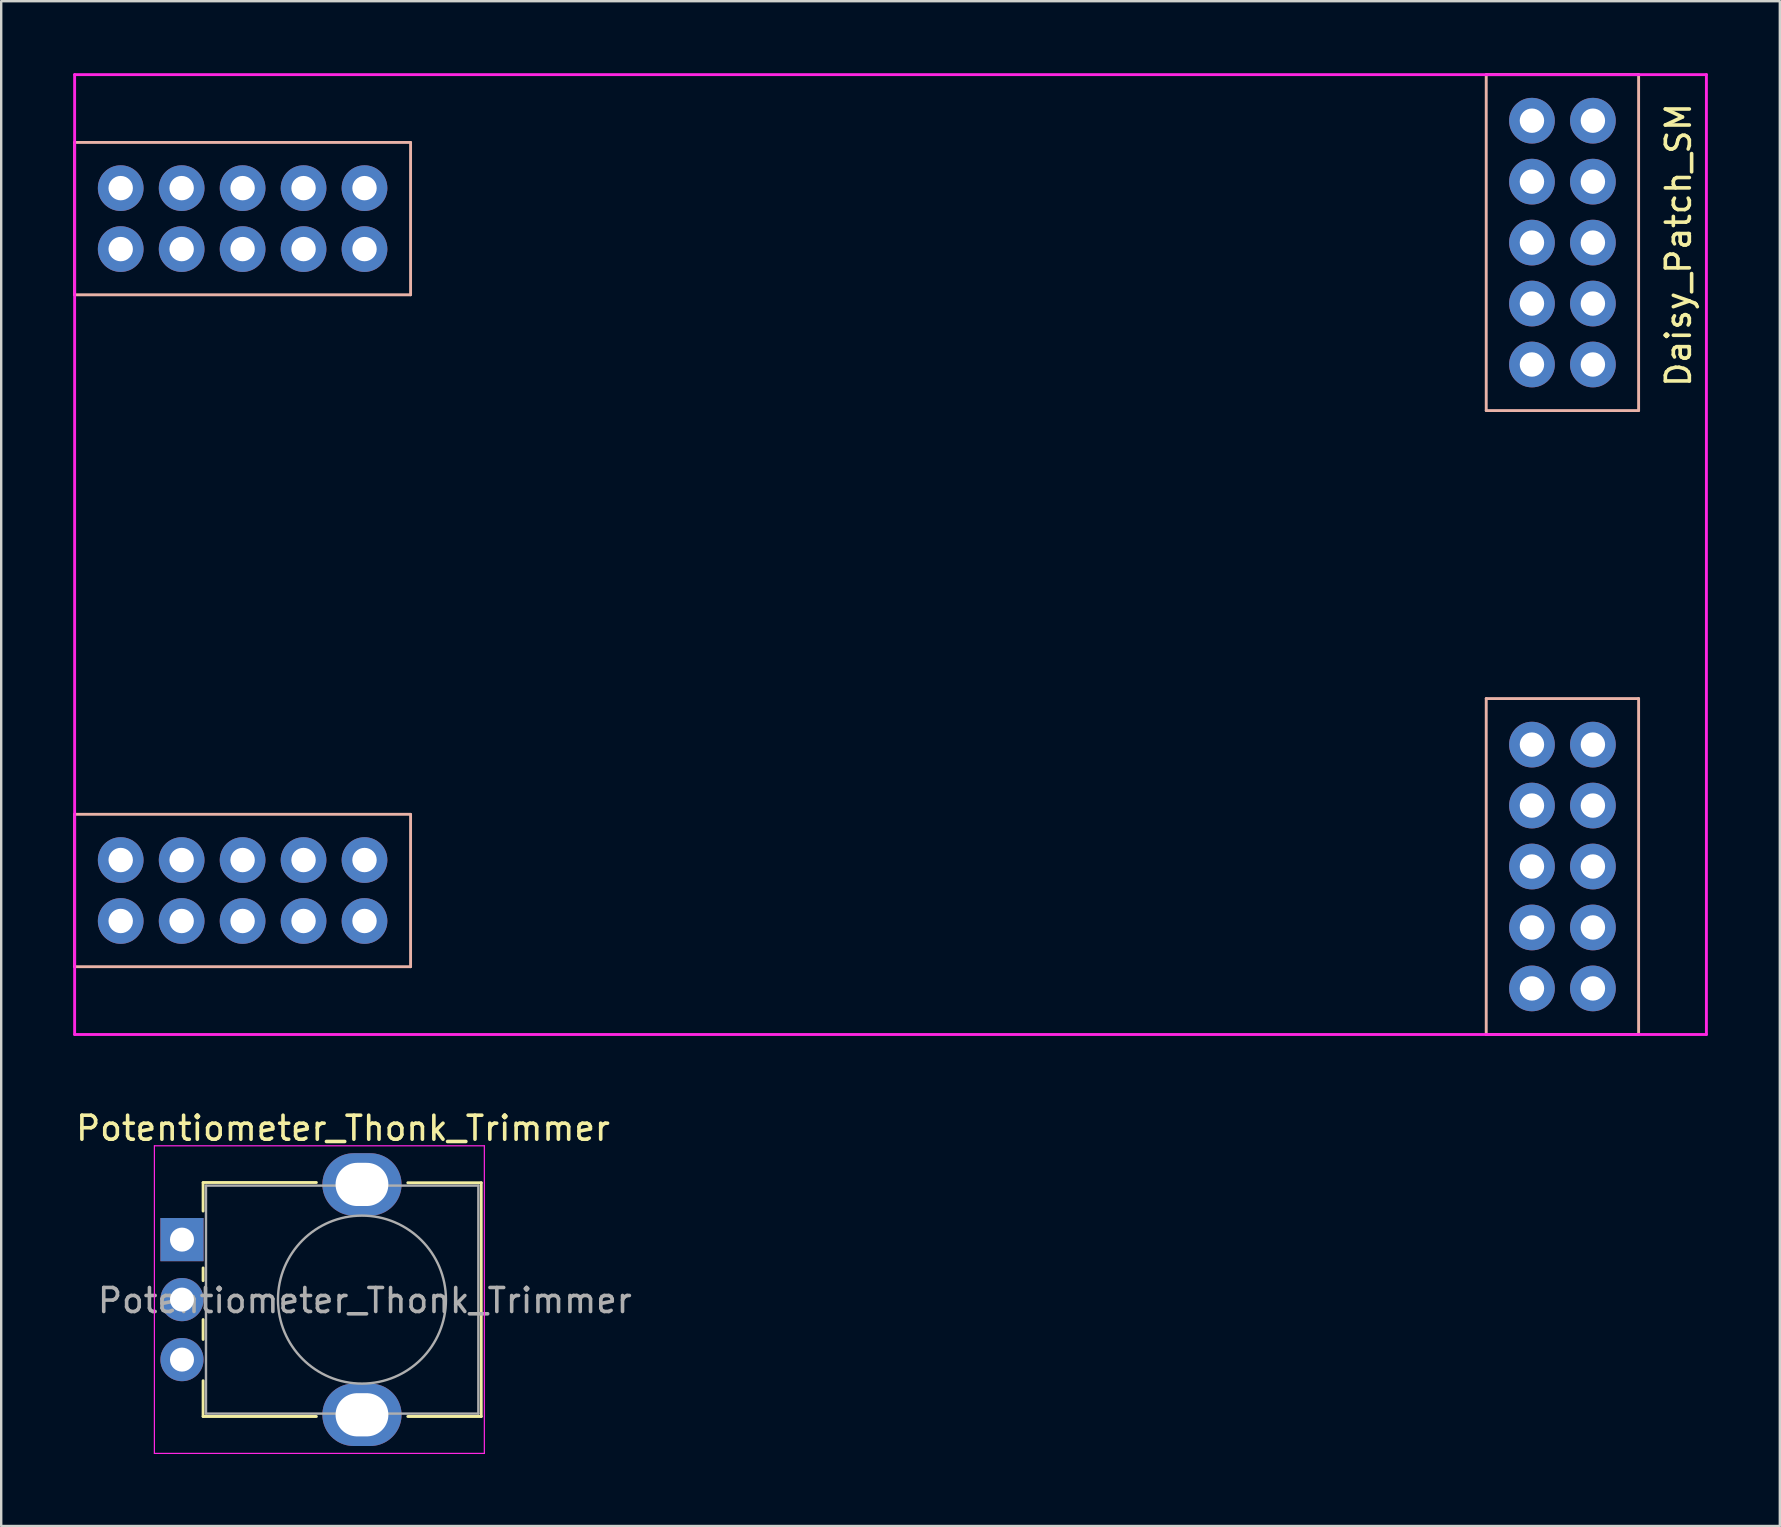
<source format=kicad_pcb>
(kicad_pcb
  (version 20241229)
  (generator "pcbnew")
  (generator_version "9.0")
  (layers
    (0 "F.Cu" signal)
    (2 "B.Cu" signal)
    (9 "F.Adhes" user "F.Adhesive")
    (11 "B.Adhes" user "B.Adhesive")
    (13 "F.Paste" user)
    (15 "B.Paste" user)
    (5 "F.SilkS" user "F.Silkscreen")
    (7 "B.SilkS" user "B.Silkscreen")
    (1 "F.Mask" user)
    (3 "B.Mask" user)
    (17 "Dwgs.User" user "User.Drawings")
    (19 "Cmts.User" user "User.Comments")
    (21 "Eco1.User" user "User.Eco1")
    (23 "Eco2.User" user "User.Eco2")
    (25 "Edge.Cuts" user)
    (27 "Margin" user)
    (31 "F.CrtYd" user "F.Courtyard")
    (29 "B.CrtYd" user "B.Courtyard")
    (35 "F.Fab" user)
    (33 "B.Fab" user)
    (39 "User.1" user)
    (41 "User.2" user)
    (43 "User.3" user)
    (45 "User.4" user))
  (footprint "Daisy_Patch_SM"
    (layer "F.Cu")
    (at 34.06 20.06)
    (property "Reference" "Daisy_Patch_SM" (at 32.834 -12.901 90) (layer "F.SilkS") (effects (font (size 1 1) (thickness 0.15))))
    (attr through_hole)
    (fp_line (start -34 -17.175) (end -34 -10.825) (stroke (width 0.12) (type solid)) (layer "B.SilkS"))
    (fp_line (start -34 -10.825) (end -20 -10.825) (stroke (width 0.12) (type solid)) (layer "B.SilkS"))
    (fp_line (start -34 10.825) (end -20 10.825) (stroke (width 0.12) (type solid)) (layer "B.SilkS"))
    (fp_line (start -34 17.175) (end -34 10.825) (stroke (width 0.12) (type solid)) (layer "B.SilkS"))
    (fp_line (start -20 -17.175) (end -34 -17.175) (stroke (width 0.12) (type solid)) (layer "B.SilkS"))
    (fp_line (start -20 -10.825) (end -20 -17.175) (stroke (width 0.12) (type solid)) (layer "B.SilkS"))
    (fp_line (start -20 10.825) (end -20 17.175) (stroke (width 0.12) (type solid)) (layer "B.SilkS"))
    (fp_line (start -20 17.175) (end -34 17.175) (stroke (width 0.12) (type solid)) (layer "B.SilkS"))
    (fp_line (start 24.825 -20) (end 31.175 -20) (stroke (width 0.12) (type solid)) (layer "B.SilkS"))
    (fp_line (start 24.825 -6) (end 24.825 -20) (stroke (width 0.12) (type solid)) (layer "B.SilkS"))
    (fp_line (start 24.825 6) (end 31.175 6) (stroke (width 0.12) (type solid)) (layer "B.SilkS"))
    (fp_line (start 24.825 20) (end 24.825 6) (stroke (width 0.12) (type solid)) (layer "B.SilkS"))
    (fp_line (start 31.175 -20) (end 31.175 -6) (stroke (width 0.12) (type solid)) (layer "B.SilkS"))
    (fp_line (start 31.175 -6) (end 24.825 -6) (stroke (width 0.12) (type solid)) (layer "B.SilkS"))
    (fp_line (start 31.175 6) (end 31.175 20) (stroke (width 0.12) (type solid)) (layer "B.SilkS"))
    (fp_line (start 31.175 20) (end 24.825 20) (stroke (width 0.12) (type solid)) (layer "B.SilkS"))
    (fp_line (start -34 -20) (end -34 20) (stroke (width 0.12) (type solid)) (layer "F.CrtYd"))
    (fp_line (start -34 20) (end 34 20) (stroke (width 0.12) (type solid)) (layer "F.CrtYd"))
    (fp_line (start 34 -20) (end -34 -20) (stroke (width 0.12) (type solid)) (layer "F.CrtYd"))
    (fp_line (start 34 20) (end 34 -20) (stroke (width 0.12) (type solid)) (layer "F.CrtYd"))
    (pad "A1" thru_hole circle (at -32.08 15.27 90) (size 1.905 1.905) (drill 1.016) (layers "*.Cu" "*.Mask"))
    (pad "A2" thru_hole circle (at -29.54 15.27) (size 1.905 1.905) (drill 1.016) (layers "*.Cu" "*.Mask"))
    (pad "A3" thru_hole circle (at -27 15.27) (size 1.905 1.905) (drill 1.016) (layers "*.Cu" "*.Mask"))
    (pad "A4" thru_hole circle (at -24.46 15.27) (size 1.905 1.905) (drill 1.016) (layers "*.Cu" "*.Mask"))
    (pad "A5" thru_hole circle (at -21.92 15.27) (size 1.905 1.905) (drill 1.016) (layers "*.Cu" "*.Mask"))
    (pad "A6" thru_hole circle (at -21.92 12.73) (size 1.905 1.905) (drill 1.016) (layers "*.Cu" "*.Mask"))
    (pad "A7" thru_hole circle (at -24.46 12.73) (size 1.905 1.905) (drill 1.016) (layers "*.Cu" "*.Mask"))
    (pad "A8" thru_hole circle (at -27 12.73) (size 1.905 1.905) (drill 1.016) (layers "*.Cu" "*.Mask"))
    (pad "A9" thru_hole circle (at -29.54 12.73) (size 1.905 1.905) (drill 1.016) (layers "*.Cu" "*.Mask"))
    (pad "A10" thru_hole circle (at -32.08 12.73 90) (size 1.905 1.905) (drill 1.016) (layers "*.Cu" "*.Mask"))
    (pad "B1" thru_hole circle (at 29.27 18.08 180) (size 1.905 1.905) (drill 1.016) (layers "*.Cu" "*.Mask"))
    (pad "B2" thru_hole circle (at 29.27 15.54 90) (size 1.905 1.905) (drill 1.016) (layers "*.Cu" "*.Mask"))
    (pad "B3" thru_hole circle (at 29.27 13 90) (size 1.905 1.905) (drill 1.016) (layers "*.Cu" "*.Mask"))
    (pad "B4" thru_hole circle (at 29.27 10.46 90) (size 1.905 1.905) (drill 1.016) (layers "*.Cu" "*.Mask"))
    (pad "B5" thru_hole circle (at 29.27 7.92 90) (size 1.905 1.905) (drill 1.016) (layers "*.Cu" "*.Mask"))
    (pad "B6" thru_hole circle (at 26.73 7.92 90) (size 1.905 1.905) (drill 1.016) (layers "*.Cu" "*.Mask"))
    (pad "B7" thru_hole circle (at 26.73 10.46 90) (size 1.905 1.905) (drill 1.016) (layers "*.Cu" "*.Mask"))
    (pad "B8" thru_hole circle (at 26.73 13 90) (size 1.905 1.905) (drill 1.016) (layers "*.Cu" "*.Mask"))
    (pad "B9" thru_hole circle (at 26.73 15.54 90) (size 1.905 1.905) (drill 1.016) (layers "*.Cu" "*.Mask"))
    (pad "B10" thru_hole circle (at 26.73 18.08 180) (size 1.905 1.905) (drill 1.016) (layers "*.Cu" "*.Mask"))
    (pad "C1" thru_hole circle (at 29.27 -7.92 180) (size 1.905 1.905) (drill 1.016) (layers "*.Cu" "*.Mask"))
    (pad "C2" thru_hole circle (at 29.27 -10.46 90) (size 1.905 1.905) (drill 1.016) (layers "*.Cu" "*.Mask"))
    (pad "C3" thru_hole circle (at 29.27 -13 90) (size 1.905 1.905) (drill 1.016) (layers "*.Cu" "*.Mask"))
    (pad "C4" thru_hole circle (at 29.27 -15.54 90) (size 1.905 1.905) (drill 1.016) (layers "*.Cu" "*.Mask"))
    (pad "C5" thru_hole circle (at 29.27 -18.08 90) (size 1.905 1.905) (drill 1.016) (layers "*.Cu" "*.Mask"))
    (pad "C6" thru_hole circle (at 26.73 -18.08 90) (size 1.905 1.905) (drill 1.016) (layers "*.Cu" "*.Mask"))
    (pad "C7" thru_hole circle (at 26.73 -15.54 90) (size 1.905 1.905) (drill 1.016) (layers "*.Cu" "*.Mask"))
    (pad "C8" thru_hole circle (at 26.73 -13 90) (size 1.905 1.905) (drill 1.016) (layers "*.Cu" "*.Mask"))
    (pad "C9" thru_hole circle (at 26.73 -10.46 90) (size 1.905 1.905) (drill 1.016) (layers "*.Cu" "*.Mask"))
    (pad "C10" thru_hole circle (at 26.73 -7.92 180) (size 1.905 1.905) (drill 1.016) (layers "*.Cu" "*.Mask"))
    (pad "D1" thru_hole circle (at -32.08 -12.73 90) (size 1.905 1.905) (drill 1.016) (layers "*.Cu" "*.Mask"))
    (pad "D2" thru_hole circle (at -29.54 -12.73) (size 1.905 1.905) (drill 1.016) (layers "*.Cu" "*.Mask"))
    (pad "D3" thru_hole circle (at -27 -12.73) (size 1.905 1.905) (drill 1.016) (layers "*.Cu" "*.Mask"))
    (pad "D4" thru_hole circle (at -24.46 -12.73) (size 1.905 1.905) (drill 1.016) (layers "*.Cu" "*.Mask"))
    (pad "D5" thru_hole circle (at -21.92 -12.73) (size 1.905 1.905) (drill 1.016) (layers "*.Cu" "*.Mask"))
    (pad "D6" thru_hole circle (at -21.92 -15.27) (size 1.905 1.905) (drill 1.016) (layers "*.Cu" "*.Mask"))
    (pad "D7" thru_hole circle (at -24.46 -15.27) (size 1.905 1.905) (drill 1.016) (layers "*.Cu" "*.Mask"))
    (pad "D8" thru_hole circle (at -27 -15.27) (size 1.905 1.905) (drill 1.016) (layers "*.Cu" "*.Mask"))
    (pad "D9" thru_hole circle (at -29.54 -15.27) (size 1.905 1.905) (drill 1.016) (layers "*.Cu" "*.Mask"))
    (pad "D10" thru_hole circle (at -32.08 -15.27 90) (size 1.905 1.905) (drill 1.016) (layers "*.Cu" "*.Mask")))
  (footprint "Potentiometer_Thonk_Trimmer"
    (layer "F.Cu")
    (at 4.534 48.608)
    (property "Reference" "Potentiometer_Thonk_Trimmer" (at 6.71 -4.64 180) (layer "F.SilkS") (effects (font (size 1 1) (thickness 0.15))))
    (attr through_hole)
    (fp_line (start 0.88 -2.38) (end 5.6 -2.38) (stroke (width 0.12) (type solid)) (layer "F.SilkS"))
    (fp_line (start 0.88 -1.19) (end 0.88 -2.37) (stroke (width 0.12) (type solid)) (layer "F.SilkS"))
    (fp_line (start 0.88 1.71) (end 0.88 1.18) (stroke (width 0.12) (type solid)) (layer "F.SilkS"))
    (fp_line (start 0.88 4.16) (end 0.88 3.33) (stroke (width 0.12) (type solid)) (layer "F.SilkS"))
    (fp_line (start 0.88 7.37) (end 0.88 5.88) (stroke (width 0.12) (type solid)) (layer "F.SilkS"))
    (fp_line (start 0.88 7.37) (end 5.6 7.37) (stroke (width 0.12) (type solid)) (layer "F.SilkS"))
    (fp_line (start 9.41 -2.37) (end 12.47 -2.37) (stroke (width 0.12) (type solid)) (layer "F.SilkS"))
    (fp_line (start 9.41 7.37) (end 12.47 7.37) (stroke (width 0.12) (type solid)) (layer "F.SilkS"))
    (fp_line (start 12.47 7.37) (end 12.47 -2.37) (stroke (width 0.12) (type solid)) (layer "F.SilkS"))
    (fp_line (start -1.15 -3.91) (end -1.15 8.91) (stroke (width 0.05) (type solid)) (layer "F.CrtYd"))
    (fp_line (start -1.15 8.91) (end 12.6 8.91) (stroke (width 0.05) (type solid)) (layer "F.CrtYd"))
    (fp_line (start 12.6 -3.91) (end -1.15 -3.91) (stroke (width 0.05) (type solid)) (layer "F.CrtYd"))
    (fp_line (start 12.6 8.91) (end 12.6 -3.91) (stroke (width 0.05) (type solid)) (layer "F.CrtYd"))
    (fp_line (start 1 -2.25) (end 12.35 -2.25) (stroke (width 0.1) (type solid)) (layer "F.Fab"))
    (fp_line (start 1 7.25) (end 1 -2.25) (stroke (width 0.1) (type solid)) (layer "F.Fab"))
    (fp_line (start 1 7.25) (end 12.35 7.25) (stroke (width 0.1) (type solid)) (layer "F.Fab"))
    (fp_line (start 12.35 7.25) (end 12.35 -2.25) (stroke (width 0.1) (type solid)) (layer "F.Fab"))
    (fp_circle (center 7.5 2.5) (end 7.5 -1) (stroke (width 0.1) (type solid)) (fill no) (layer "F.Fab"))
    (fp_text user "${REFERENCE}" (at 7.62 2.54 0) (layer "F.Fab") (effects (font (size 1 1) (thickness 0.15))))
    (pad "" thru_hole oval (at 7.5 -2.3 90) (size 2.6 3.3) (drill oval 1.8 2.2) (layers "*.Cu" "*.Mask"))
    (pad "" thru_hole oval (at 7.5 7.3 90) (size 2.6 3.3) (drill oval 1.8 2.2) (layers "*.Cu" "*.Mask"))
    (pad "1" thru_hole rect (at 0 0 90) (size 1.8 1.8) (drill 1) (layers "*.Cu" "*.Mask"))
    (pad "2" thru_hole circle (at 0 2.5 90) (size 1.8 1.8) (drill 1) (layers "*.Cu" "*.Mask"))
    (pad "3" thru_hole circle (at 0 5 90) (size 1.8 1.8) (drill 1) (layers "*.Cu" "*.Mask")))
  (gr_rect
    (start -3 -3)
    (end 71.12 60.543)
    (stroke (width 0.1) (type default))
    (fill no)
    (layer "Edge.Cuts")))
</source>
